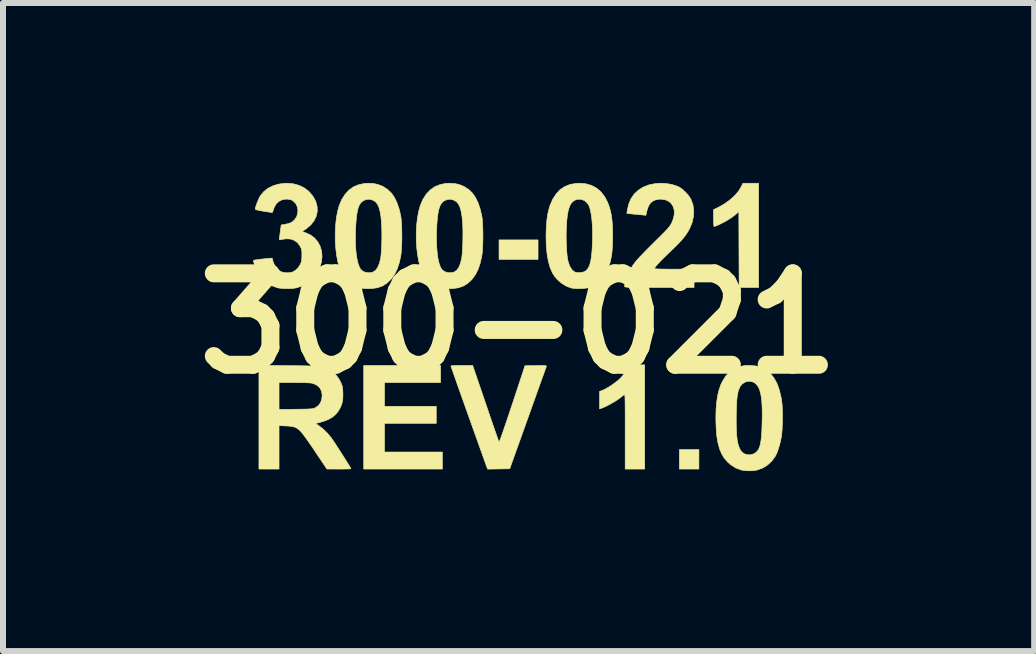
<source format=kicad_pcb>
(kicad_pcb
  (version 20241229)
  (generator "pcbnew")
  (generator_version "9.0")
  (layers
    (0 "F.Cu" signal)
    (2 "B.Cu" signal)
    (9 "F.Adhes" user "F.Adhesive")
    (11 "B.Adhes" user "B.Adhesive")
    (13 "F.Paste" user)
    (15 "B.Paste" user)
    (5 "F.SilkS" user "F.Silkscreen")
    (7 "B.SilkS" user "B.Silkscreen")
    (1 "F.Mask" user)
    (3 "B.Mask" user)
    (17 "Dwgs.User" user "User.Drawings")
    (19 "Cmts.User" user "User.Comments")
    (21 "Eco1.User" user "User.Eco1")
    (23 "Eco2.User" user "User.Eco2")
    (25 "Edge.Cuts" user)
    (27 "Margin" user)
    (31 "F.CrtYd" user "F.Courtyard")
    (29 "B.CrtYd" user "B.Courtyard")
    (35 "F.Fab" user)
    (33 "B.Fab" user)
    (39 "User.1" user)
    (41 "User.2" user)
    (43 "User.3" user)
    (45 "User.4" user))
  (footprint "300-021"
    (layer "F.Cu")
    (at 5.595 2.342)
    (property "Reference" "300-021" (at 0 0 0) (layer "F.SilkS") (effects (font (size 1.524 1.524) (thickness 0.3))))
    (attr through_hole)
    (fp_poly (pts (xy 0.325 -1.067) (xy -0.325 -1.067) (xy -0.325 -1.392) (xy 0.325 -1.392) (xy 0.325 -1.067)) (stroke (width 0.01) (type solid)) (fill yes) (layer "F.SilkS"))
    (fp_poly (pts (xy 3.007 2.428) (xy 2.682 2.428) (xy 2.682 2.103) (xy 3.007 2.103) (xy 3.007 2.428)) (stroke (width 0.01) (type solid)) (fill yes) (layer "F.SilkS"))
    (fp_poly (pts (xy -1.3 0.986) (xy -2.235 0.986) (xy -2.235 1.382) (xy -1.372 1.382) (xy -1.372 1.666) (xy -2.235 1.666) (xy -2.235 2.144) (xy -1.27 2.144) (xy -1.27 2.428) (xy -2.581 2.428) (xy -2.581 0.701) (xy -1.3 0.701) (xy -1.3 0.986)) (stroke (width 0.01) (type solid)) (fill yes) (layer "F.SilkS"))
    (fp_poly (pts (xy 4.003 -0.599) (xy 3.678 -0.599) (xy 3.675 -1.232) (xy 3.673 -1.864) (xy 3.632 -1.827) (xy 3.554 -1.767) (xy 3.461 -1.708) (xy 3.371 -1.661) (xy 3.33 -1.642) (xy 3.295 -1.627) (xy 3.271 -1.618) (xy 3.263 -1.615) (xy 3.258 -1.623) (xy 3.254 -1.648) (xy 3.252 -1.691) (xy 3.251 -1.752) (xy 3.251 -1.756) (xy 3.251 -1.897) (xy 3.338 -1.939) (xy 3.437 -1.996) (xy 3.527 -2.061) (xy 3.605 -2.132) (xy 3.669 -2.207) (xy 3.713 -2.28) (xy 3.741 -2.337) (xy 4.003 -2.337) (xy 4.003 -0.599)) (stroke (width 0.01) (type solid)) (fill yes) (layer "F.SilkS"))
    (fp_poly (pts (xy 2.103 2.428) (xy 1.778 2.428) (xy 1.778 1.802) (xy 1.778 1.674) (xy 1.778 1.565) (xy 1.778 1.473) (xy 1.777 1.397) (xy 1.777 1.335) (xy 1.776 1.286) (xy 1.775 1.25) (xy 1.774 1.223) (xy 1.772 1.205) (xy 1.77 1.194) (xy 1.767 1.188) (xy 1.764 1.188) (xy 1.76 1.189) (xy 1.759 1.19) (xy 1.743 1.202) (xy 1.715 1.223) (xy 1.682 1.249) (xy 1.67 1.258) (xy 1.634 1.283) (xy 1.586 1.312) (xy 1.532 1.343) (xy 1.478 1.372) (xy 1.428 1.396) (xy 1.388 1.413) (xy 1.374 1.417) (xy 1.351 1.424) (xy 1.351 1.133) (xy 1.401 1.115) (xy 1.446 1.094) (xy 1.501 1.063) (xy 1.56 1.024) (xy 1.619 0.981) (xy 1.673 0.938) (xy 1.708 0.904) (xy 1.769 0.832) (xy 1.81 0.764) (xy 1.844 0.692) (xy 1.974 0.691) (xy 2.103 0.691) (xy 2.103 2.428)) (stroke (width 0.01) (type solid)) (fill yes) (layer "F.SilkS"))
    (fp_poly (pts (xy -0.549 1.333) (xy -0.512 1.442) (xy -0.477 1.546) (xy -0.444 1.642) (xy -0.414 1.729) (xy -0.387 1.806) (xy -0.364 1.871) (xy -0.346 1.922) (xy -0.334 1.958) (xy -0.327 1.977) (xy -0.326 1.98) (xy -0.321 1.973) (xy -0.311 1.948) (xy -0.295 1.906) (xy -0.274 1.848) (xy -0.249 1.775) (xy -0.219 1.688) (xy -0.185 1.589) (xy -0.148 1.478) (xy -0.108 1.357) (xy -0.105 1.35) (xy 0.107 0.706) (xy 0.288 0.703) (xy 0.353 0.702) (xy 0.4 0.702) (xy 0.432 0.703) (xy 0.451 0.705) (xy 0.461 0.708) (xy 0.464 0.713) (xy 0.463 0.719) (xy 0.459 0.731) (xy 0.448 0.76) (xy 0.432 0.807) (xy 0.41 0.868) (xy 0.383 0.942) (xy 0.352 1.029) (xy 0.317 1.126) (xy 0.279 1.233) (xy 0.238 1.347) (xy 0.195 1.468) (xy 0.155 1.58) (xy -0.147 2.423) (xy -0.331 2.426) (xy -0.515 2.429) (xy -0.532 2.385) (xy -0.541 2.36) (xy -0.556 2.319) (xy -0.576 2.264) (xy -0.6 2.196) (xy -0.628 2.117) (xy -0.66 2.028) (xy -0.694 1.932) (xy -0.731 1.83) (xy -0.769 1.723) (xy -0.808 1.614) (xy -0.847 1.504) (xy -0.886 1.395) (xy -0.924 1.288) (xy -0.96 1.185) (xy -0.995 1.088) (xy -1.027 0.998) (xy -1.055 0.917) (xy -1.08 0.847) (xy -1.1 0.79) (xy -1.115 0.747) (xy -1.125 0.719) (xy -1.128 0.709) (xy -1.118 0.707) (xy -1.091 0.704) (xy -1.051 0.703) (xy -1 0.701) (xy -0.946 0.701) (xy -0.765 0.701) (xy -0.549 1.333)) (stroke (width 0.01) (type solid)) (fill yes) (layer "F.SilkS"))
    (fp_poly (pts (xy 1.122 -2.328) (xy 1.216 -2.301) (xy 1.299 -2.257) (xy 1.372 -2.195) (xy 1.433 -2.118) (xy 1.483 -2.023) (xy 1.507 -1.961) (xy 1.528 -1.891) (xy 1.544 -1.822) (xy 1.555 -1.748) (xy 1.563 -1.665) (xy 1.567 -1.57) (xy 1.569 -1.463) (xy 1.568 -1.364) (xy 1.565 -1.281) (xy 1.56 -1.209) (xy 1.553 -1.145) (xy 1.541 -1.083) (xy 1.527 -1.021) (xy 1.523 -1.006) (xy 1.486 -0.898) (xy 1.437 -0.804) (xy 1.377 -0.725) (xy 1.307 -0.662) (xy 1.228 -0.617) (xy 1.164 -0.595) (xy 1.117 -0.587) (xy 1.059 -0.582) (xy 0.997 -0.58) (xy 0.937 -0.583) (xy 0.889 -0.589) (xy 0.881 -0.59) (xy 0.803 -0.618) (xy 0.727 -0.663) (xy 0.657 -0.721) (xy 0.599 -0.789) (xy 0.565 -0.843) (xy 0.526 -0.934) (xy 0.496 -1.041) (xy 0.475 -1.165) (xy 0.462 -1.305) (xy 0.459 -1.458) (xy 0.459 -1.466) (xy 0.794 -1.466) (xy 0.795 -1.371) (xy 0.799 -1.279) (xy 0.804 -1.194) (xy 0.811 -1.119) (xy 0.82 -1.059) (xy 0.827 -1.031) (xy 0.852 -0.957) (xy 0.885 -0.902) (xy 0.924 -0.865) (xy 0.945 -0.854) (xy 0.983 -0.846) (xy 1.03 -0.847) (xy 1.076 -0.855) (xy 1.113 -0.87) (xy 1.116 -0.873) (xy 1.145 -0.899) (xy 1.169 -0.935) (xy 1.188 -0.982) (xy 1.204 -1.043) (xy 1.216 -1.118) (xy 1.225 -1.211) (xy 1.229 -1.28) (xy 1.234 -1.413) (xy 1.234 -1.539) (xy 1.229 -1.655) (xy 1.22 -1.76) (xy 1.206 -1.851) (xy 1.188 -1.925) (xy 1.175 -1.962) (xy 1.144 -2.01) (xy 1.102 -2.046) (xy 1.051 -2.067) (xy 0.996 -2.071) (xy 0.983 -2.069) (xy 0.94 -2.055) (xy 0.904 -2.032) (xy 0.873 -1.996) (xy 0.849 -1.948) (xy 0.83 -1.886) (xy 0.815 -1.808) (xy 0.804 -1.713) (xy 0.798 -1.6) (xy 0.796 -1.561) (xy 0.794 -1.466) (xy 0.459 -1.466) (xy 0.46 -1.538) (xy 0.466 -1.649) (xy 0.475 -1.744) (xy 0.488 -1.827) (xy 0.506 -1.903) (xy 0.526 -1.969) (xy 0.571 -2.073) (xy 0.627 -2.159) (xy 0.692 -2.229) (xy 0.769 -2.281) (xy 0.856 -2.316) (xy 0.955 -2.334) (xy 1.019 -2.337) (xy 1.122 -2.328)) (stroke (width 0.01) (type solid)) (fill yes) (layer "F.SilkS"))
    (fp_poly (pts (xy 3.95 0.708) (xy 4.044 0.733) (xy 4.126 0.775) (xy 4.198 0.834) (xy 4.259 0.91) (xy 4.31 1.003) (xy 4.349 1.114) (xy 4.379 1.242) (xy 4.389 1.306) (xy 4.395 1.364) (xy 4.398 1.437) (xy 4.4 1.52) (xy 4.4 1.607) (xy 4.397 1.694) (xy 4.394 1.774) (xy 4.388 1.843) (xy 4.384 1.876) (xy 4.369 1.955) (xy 4.349 2.036) (xy 4.325 2.111) (xy 4.3 2.176) (xy 4.28 2.215) (xy 4.224 2.292) (xy 4.155 2.357) (xy 4.076 2.408) (xy 3.989 2.441) (xy 3.964 2.447) (xy 3.901 2.456) (xy 3.831 2.457) (xy 3.762 2.452) (xy 3.71 2.443) (xy 3.618 2.408) (xy 3.535 2.355) (xy 3.475 2.3) (xy 3.425 2.239) (xy 3.384 2.169) (xy 3.351 2.089) (xy 3.326 1.997) (xy 3.307 1.891) (xy 3.296 1.77) (xy 3.291 1.644) (xy 3.629 1.644) (xy 3.631 1.759) (xy 3.636 1.857) (xy 3.645 1.939) (xy 3.658 2.008) (xy 3.676 2.063) (xy 3.697 2.108) (xy 3.719 2.138) (xy 3.762 2.173) (xy 3.814 2.19) (xy 3.869 2.19) (xy 3.909 2.179) (xy 3.944 2.161) (xy 3.973 2.138) (xy 3.997 2.107) (xy 4.016 2.068) (xy 4.031 2.017) (xy 4.042 1.954) (xy 4.051 1.876) (xy 4.057 1.782) (xy 4.06 1.669) (xy 4.061 1.651) (xy 4.063 1.517) (xy 4.061 1.401) (xy 4.056 1.303) (xy 4.046 1.22) (xy 4.033 1.152) (xy 4.015 1.095) (xy 3.992 1.05) (xy 3.965 1.015) (xy 3.933 0.988) (xy 3.885 0.968) (xy 3.834 0.964) (xy 3.783 0.976) (xy 3.737 1.003) (xy 3.7 1.042) (xy 3.688 1.063) (xy 3.674 1.098) (xy 3.661 1.134) (xy 3.652 1.175) (xy 3.645 1.222) (xy 3.639 1.279) (xy 3.635 1.349) (xy 3.632 1.434) (xy 3.63 1.51) (xy 3.629 1.644) (xy 3.291 1.644) (xy 3.291 1.632) (xy 3.29 1.575) (xy 3.293 1.436) (xy 3.303 1.313) (xy 3.319 1.206) (xy 3.342 1.11) (xy 3.372 1.023) (xy 3.401 0.963) (xy 3.455 0.876) (xy 3.518 0.808) (xy 3.591 0.757) (xy 3.675 0.722) (xy 3.771 0.703) (xy 3.846 0.7) (xy 3.95 0.708)) (stroke (width 0.01) (type solid)) (fill yes) (layer "F.SilkS"))
    (fp_poly (pts (xy -2.417 -2.332) (xy -2.342 -2.316) (xy -2.269 -2.287) (xy -2.255 -2.28) (xy -2.183 -2.233) (xy -2.121 -2.174) (xy -2.069 -2.1) (xy -2.026 -2.01) (xy -1.99 -1.904) (xy -1.964 -1.793) (xy -1.957 -1.742) (xy -1.951 -1.674) (xy -1.947 -1.595) (xy -1.946 -1.509) (xy -1.945 -1.42) (xy -1.947 -1.333) (xy -1.951 -1.252) (xy -1.956 -1.182) (xy -1.963 -1.127) (xy -1.964 -1.122) (xy -1.99 -1.006) (xy -2.023 -0.907) (xy -2.064 -0.823) (xy -2.114 -0.751) (xy -2.134 -0.728) (xy -2.2 -0.667) (xy -2.271 -0.623) (xy -2.351 -0.595) (xy -2.442 -0.582) (xy -2.498 -0.58) (xy -2.545 -0.582) (xy -2.59 -0.584) (xy -2.624 -0.588) (xy -2.634 -0.59) (xy -2.706 -0.616) (xy -2.779 -0.658) (xy -2.847 -0.713) (xy -2.905 -0.776) (xy -2.95 -0.844) (xy -2.955 -0.853) (xy -2.988 -0.937) (xy -3.015 -1.036) (xy -3.035 -1.148) (xy -3.049 -1.268) (xy -3.056 -1.386) (xy -2.72 -1.386) (xy -2.716 -1.271) (xy -2.707 -1.166) (xy -2.693 -1.075) (xy -2.675 -0.999) (xy -2.653 -0.939) (xy -2.631 -0.901) (xy -2.594 -0.869) (xy -2.546 -0.85) (xy -2.491 -0.844) (xy -2.438 -0.853) (xy -2.424 -0.857) (xy -2.382 -0.886) (xy -2.348 -0.933) (xy -2.32 -0.998) (xy -2.3 -1.08) (xy -2.296 -1.106) (xy -2.29 -1.163) (xy -2.285 -1.236) (xy -2.281 -1.319) (xy -2.279 -1.407) (xy -2.279 -1.496) (xy -2.28 -1.581) (xy -2.283 -1.657) (xy -2.285 -1.687) (xy -2.295 -1.787) (xy -2.309 -1.869) (xy -2.327 -1.934) (xy -2.35 -1.985) (xy -2.379 -2.022) (xy -2.414 -2.048) (xy -2.421 -2.051) (xy -2.475 -2.07) (xy -2.527 -2.069) (xy -2.578 -2.051) (xy -2.611 -2.03) (xy -2.639 -1.999) (xy -2.662 -1.957) (xy -2.68 -1.902) (xy -2.694 -1.833) (xy -2.705 -1.747) (xy -2.713 -1.643) (xy -2.714 -1.643) (xy -2.719 -1.511) (xy -2.72 -1.386) (xy -3.056 -1.386) (xy -3.056 -1.394) (xy -3.056 -1.521) (xy -3.049 -1.646) (xy -3.036 -1.766) (xy -3.014 -1.876) (xy -2.991 -1.961) (xy -2.947 -2.065) (xy -2.892 -2.152) (xy -2.826 -2.223) (xy -2.749 -2.278) (xy -2.662 -2.314) (xy -2.564 -2.334) (xy -2.503 -2.337) (xy -2.417 -2.332)) (stroke (width 0.01) (type solid)) (fill yes) (layer "F.SilkS"))
    (fp_poly (pts (xy -1.066 -2.332) (xy -0.991 -2.316) (xy -0.918 -2.287) (xy -0.904 -2.28) (xy -0.832 -2.233) (xy -0.77 -2.174) (xy -0.718 -2.1) (xy -0.674 -2.01) (xy -0.639 -1.904) (xy -0.613 -1.793) (xy -0.605 -1.742) (xy -0.6 -1.674) (xy -0.596 -1.595) (xy -0.594 -1.509) (xy -0.594 -1.42) (xy -0.596 -1.333) (xy -0.599 -1.252) (xy -0.605 -1.182) (xy -0.612 -1.127) (xy -0.613 -1.122) (xy -0.639 -1.006) (xy -0.672 -0.907) (xy -0.713 -0.823) (xy -0.763 -0.751) (xy -0.783 -0.728) (xy -0.849 -0.667) (xy -0.92 -0.623) (xy -1 -0.595) (xy -1.091 -0.582) (xy -1.146 -0.58) (xy -1.194 -0.582) (xy -1.238 -0.584) (xy -1.272 -0.588) (xy -1.283 -0.59) (xy -1.355 -0.616) (xy -1.428 -0.658) (xy -1.495 -0.713) (xy -1.554 -0.776) (xy -1.599 -0.844) (xy -1.604 -0.853) (xy -1.637 -0.937) (xy -1.664 -1.036) (xy -1.684 -1.148) (xy -1.698 -1.268) (xy -1.704 -1.386) (xy -1.369 -1.386) (xy -1.364 -1.271) (xy -1.355 -1.166) (xy -1.342 -1.075) (xy -1.324 -0.999) (xy -1.302 -0.939) (xy -1.28 -0.901) (xy -1.243 -0.869) (xy -1.194 -0.85) (xy -1.14 -0.844) (xy -1.086 -0.853) (xy -1.073 -0.857) (xy -1.031 -0.886) (xy -0.996 -0.933) (xy -0.969 -0.998) (xy -0.949 -1.08) (xy -0.945 -1.106) (xy -0.939 -1.163) (xy -0.934 -1.236) (xy -0.93 -1.319) (xy -0.928 -1.407) (xy -0.927 -1.496) (xy -0.928 -1.581) (xy -0.931 -1.657) (xy -0.933 -1.687) (xy -0.943 -1.787) (xy -0.957 -1.869) (xy -0.975 -1.934) (xy -0.999 -1.985) (xy -1.028 -2.022) (xy -1.063 -2.048) (xy -1.07 -2.051) (xy -1.124 -2.07) (xy -1.176 -2.069) (xy -1.226 -2.051) (xy -1.26 -2.03) (xy -1.288 -1.999) (xy -1.311 -1.957) (xy -1.329 -1.902) (xy -1.343 -1.833) (xy -1.354 -1.747) (xy -1.362 -1.643) (xy -1.362 -1.643) (xy -1.368 -1.511) (xy -1.369 -1.386) (xy -1.704 -1.386) (xy -1.705 -1.394) (xy -1.705 -1.521) (xy -1.698 -1.646) (xy -1.684 -1.766) (xy -1.663 -1.876) (xy -1.639 -1.961) (xy -1.596 -2.065) (xy -1.541 -2.152) (xy -1.475 -2.223) (xy -1.398 -2.278) (xy -1.31 -2.314) (xy -1.213 -2.334) (xy -1.152 -2.337) (xy -1.066 -2.332)) (stroke (width 0.01) (type solid)) (fill yes) (layer "F.SilkS"))
    (fp_poly (pts (xy 2.469 -2.331) (xy 2.558 -2.316) (xy 2.637 -2.291) (xy 2.674 -2.275) (xy 2.722 -2.243) (xy 2.773 -2.199) (xy 2.821 -2.148) (xy 2.859 -2.095) (xy 2.874 -2.069) (xy 2.907 -1.98) (xy 2.921 -1.885) (xy 2.917 -1.786) (xy 2.895 -1.686) (xy 2.855 -1.587) (xy 2.829 -1.539) (xy 2.803 -1.498) (xy 2.777 -1.46) (xy 2.748 -1.423) (xy 2.713 -1.383) (xy 2.671 -1.338) (xy 2.619 -1.285) (xy 2.555 -1.223) (xy 2.522 -1.191) (xy 2.441 -1.113) (xy 2.376 -1.048) (xy 2.326 -0.995) (xy 2.291 -0.955) (xy 2.271 -0.927) (xy 2.266 -0.913) (xy 2.275 -0.911) (xy 2.303 -0.909) (xy 2.346 -0.907) (xy 2.403 -0.906) (xy 2.47 -0.905) (xy 2.546 -0.904) (xy 2.596 -0.904) (xy 2.926 -0.904) (xy 2.926 -0.599) (xy 2.347 -0.599) (xy 2.224 -0.599) (xy 2.119 -0.6) (xy 2.032 -0.6) (xy 1.96 -0.6) (xy 1.903 -0.601) (xy 1.858 -0.602) (xy 1.824 -0.603) (xy 1.8 -0.605) (xy 1.784 -0.607) (xy 1.774 -0.61) (xy 1.769 -0.613) (xy 1.768 -0.616) (xy 1.768 -0.617) (xy 1.772 -0.652) (xy 1.784 -0.7) (xy 1.802 -0.755) (xy 1.824 -0.812) (xy 1.844 -0.859) (xy 1.862 -0.894) (xy 1.88 -0.926) (xy 1.9 -0.959) (xy 1.923 -0.991) (xy 1.95 -1.027) (xy 1.983 -1.066) (xy 2.024 -1.111) (xy 2.073 -1.162) (xy 2.132 -1.223) (xy 2.202 -1.293) (xy 2.285 -1.376) (xy 2.33 -1.42) (xy 2.39 -1.48) (xy 2.438 -1.528) (xy 2.474 -1.566) (xy 2.502 -1.598) (xy 2.523 -1.625) (xy 2.539 -1.649) (xy 2.552 -1.673) (xy 2.554 -1.676) (xy 2.584 -1.753) (xy 2.597 -1.826) (xy 2.595 -1.892) (xy 2.577 -1.951) (xy 2.545 -2.001) (xy 2.5 -2.038) (xy 2.443 -2.062) (xy 2.374 -2.072) (xy 2.347 -2.071) (xy 2.285 -2.06) (xy 2.235 -2.038) (xy 2.196 -2.003) (xy 2.165 -1.953) (xy 2.142 -1.885) (xy 2.129 -1.829) (xy 2.124 -1.803) (xy 1.965 -1.818) (xy 1.806 -1.833) (xy 1.813 -1.884) (xy 1.836 -1.987) (xy 1.874 -2.078) (xy 1.928 -2.156) (xy 1.997 -2.221) (xy 2.079 -2.273) (xy 2.174 -2.31) (xy 2.28 -2.331) (xy 2.377 -2.337) (xy 2.469 -2.331)) (stroke (width 0.01) (type solid)) (fill yes) (layer "F.SilkS"))
    (fp_poly (pts (xy -3.843 0.704) (xy -3.722 0.705) (xy -3.619 0.706) (xy -3.532 0.708) (xy -3.46 0.71) (xy -3.4 0.713) (xy -3.351 0.717) (xy -3.31 0.721) (xy -3.275 0.727) (xy -3.245 0.735) (xy -3.218 0.744) (xy -3.191 0.754) (xy -3.164 0.766) (xy -3.099 0.806) (xy -3.04 0.863) (xy -2.99 0.933) (xy -2.969 0.972) (xy -2.953 1.009) (xy -2.941 1.04) (xy -2.935 1.071) (xy -2.931 1.109) (xy -2.928 1.159) (xy -2.929 1.25) (xy -2.942 1.328) (xy -2.967 1.397) (xy -3.005 1.462) (xy -3.006 1.464) (xy -3.053 1.52) (xy -3.109 1.566) (xy -3.176 1.604) (xy -3.258 1.635) (xy -3.356 1.661) (xy -3.357 1.661) (xy -3.386 1.667) (xy -3.331 1.704) (xy -3.258 1.761) (xy -3.185 1.832) (xy -3.12 1.91) (xy -3.104 1.933) (xy -3.08 1.968) (xy -3.051 2.013) (xy -3.017 2.065) (xy -2.981 2.121) (xy -2.944 2.179) (xy -2.907 2.236) (xy -2.873 2.291) (xy -2.843 2.339) (xy -2.819 2.378) (xy -2.802 2.407) (xy -2.794 2.422) (xy -2.794 2.423) (xy -2.804 2.424) (xy -2.831 2.426) (xy -2.872 2.427) (xy -2.924 2.428) (xy -2.984 2.428) (xy -2.995 2.428) (xy -3.195 2.427) (xy -3.383 2.147) (xy -3.43 2.076) (xy -3.477 2.009) (xy -3.52 1.947) (xy -3.559 1.892) (xy -3.592 1.849) (xy -3.616 1.818) (xy -3.624 1.808) (xy -3.661 1.772) (xy -3.696 1.746) (xy -3.734 1.728) (xy -3.781 1.717) (xy -3.84 1.711) (xy -3.879 1.709) (xy -3.993 1.704) (xy -3.993 2.428) (xy -4.328 2.428) (xy -4.328 0.986) (xy -3.993 0.986) (xy -3.993 1.434) (xy -3.711 1.431) (xy -3.627 1.43) (xy -3.562 1.429) (xy -3.511 1.427) (xy -3.473 1.425) (xy -3.445 1.423) (xy -3.424 1.419) (xy -3.409 1.415) (xy -3.395 1.409) (xy -3.387 1.405) (xy -3.335 1.368) (xy -3.3 1.319) (xy -3.281 1.266) (xy -3.274 1.195) (xy -3.284 1.132) (xy -3.311 1.078) (xy -3.354 1.035) (xy -3.412 1.006) (xy -3.445 0.996) (xy -3.47 0.993) (xy -3.512 0.99) (xy -3.567 0.988) (xy -3.633 0.987) (xy -3.705 0.986) (xy -3.744 0.986) (xy -3.993 0.986) (xy -4.328 0.986) (xy -4.328 0.699) (xy -3.843 0.704)) (stroke (width 0.01) (type solid)) (fill yes) (layer "F.SilkS"))
    (fp_poly (pts (xy -3.758 -2.328) (xy -3.662 -2.303) (xy -3.576 -2.262) (xy -3.499 -2.203) (xy -3.476 -2.179) (xy -3.417 -2.104) (xy -3.378 -2.025) (xy -3.357 -1.944) (xy -3.356 -1.864) (xy -3.374 -1.785) (xy -3.41 -1.711) (xy -3.465 -1.641) (xy -3.538 -1.579) (xy -3.553 -1.569) (xy -3.609 -1.532) (xy -3.55 -1.512) (xy -3.469 -1.475) (xy -3.401 -1.424) (xy -3.347 -1.36) (xy -3.308 -1.287) (xy -3.284 -1.206) (xy -3.276 -1.12) (xy -3.285 -1.029) (xy -3.311 -0.937) (xy -3.332 -0.888) (xy -3.385 -0.803) (xy -3.454 -0.728) (xy -3.535 -0.665) (xy -3.626 -0.618) (xy -3.695 -0.595) (xy -3.745 -0.586) (xy -3.808 -0.581) (xy -3.875 -0.58) (xy -3.94 -0.583) (xy -3.996 -0.59) (xy -4.021 -0.595) (xy -4.103 -0.625) (xy -4.182 -0.671) (xy -4.254 -0.727) (xy -4.314 -0.791) (xy -4.359 -0.86) (xy -4.361 -0.866) (xy -4.376 -0.899) (xy -4.39 -0.938) (xy -4.403 -0.977) (xy -4.412 -1.013) (xy -4.418 -1.04) (xy -4.417 -1.052) (xy -4.417 -1.052) (xy -4.406 -1.055) (xy -4.379 -1.06) (xy -4.34 -1.065) (xy -4.295 -1.071) (xy -4.247 -1.076) (xy -4.2 -1.081) (xy -4.159 -1.085) (xy -4.127 -1.088) (xy -4.11 -1.088) (xy -4.108 -1.088) (xy -4.104 -1.076) (xy -4.097 -1.05) (xy -4.091 -1.026) (xy -4.067 -0.969) (xy -4.03 -0.918) (xy -3.985 -0.878) (xy -3.958 -0.862) (xy -3.913 -0.849) (xy -3.86 -0.844) (xy -3.807 -0.847) (xy -3.766 -0.857) (xy -3.713 -0.889) (xy -3.667 -0.937) (xy -3.636 -0.988) (xy -3.624 -1.019) (xy -3.616 -1.05) (xy -3.613 -1.087) (xy -3.612 -1.138) (xy -3.612 -1.185) (xy -3.615 -1.218) (xy -3.621 -1.243) (xy -3.631 -1.267) (xy -3.643 -1.29) (xy -3.685 -1.346) (xy -3.738 -1.385) (xy -3.802 -1.407) (xy -3.874 -1.411) (xy -3.932 -1.403) (xy -3.962 -1.397) (xy -3.983 -1.394) (xy -3.988 -1.394) (xy -3.987 -1.405) (xy -3.985 -1.431) (xy -3.98 -1.47) (xy -3.974 -1.517) (xy -3.974 -1.519) (xy -3.957 -1.641) (xy -3.889 -1.653) (xy -3.832 -1.666) (xy -3.79 -1.682) (xy -3.756 -1.706) (xy -3.737 -1.724) (xy -3.702 -1.773) (xy -3.683 -1.828) (xy -3.678 -1.886) (xy -3.687 -1.941) (xy -3.71 -1.992) (xy -3.746 -2.033) (xy -3.787 -2.059) (xy -3.817 -2.067) (xy -3.855 -2.072) (xy -3.873 -2.073) (xy -3.938 -2.063) (xy -3.994 -2.036) (xy -4.04 -1.993) (xy -4.073 -1.936) (xy -4.085 -1.9) (xy -4.095 -1.871) (xy -4.104 -1.853) (xy -4.109 -1.849) (xy -4.123 -1.85) (xy -4.152 -1.855) (xy -4.194 -1.861) (xy -4.243 -1.869) (xy -4.255 -1.871) (xy -4.313 -1.881) (xy -4.354 -1.89) (xy -4.378 -1.897) (xy -4.388 -1.905) (xy -4.389 -1.907) (xy -4.385 -1.932) (xy -4.374 -1.969) (xy -4.358 -2.013) (xy -4.339 -2.058) (xy -4.32 -2.099) (xy -4.304 -2.128) (xy -4.249 -2.195) (xy -4.179 -2.251) (xy -4.096 -2.294) (xy -4.002 -2.322) (xy -3.901 -2.336) (xy -3.866 -2.337) (xy -3.758 -2.328)) (stroke (width 0.01) (type solid)) (fill yes) (layer "F.SilkS")))
  (gr_rect
    (start -3 -3)
    (end 14.191 7.804)
    (stroke (width 0.1) (type default))
    (fill no)
    (layer "Edge.Cuts")))
</source>
